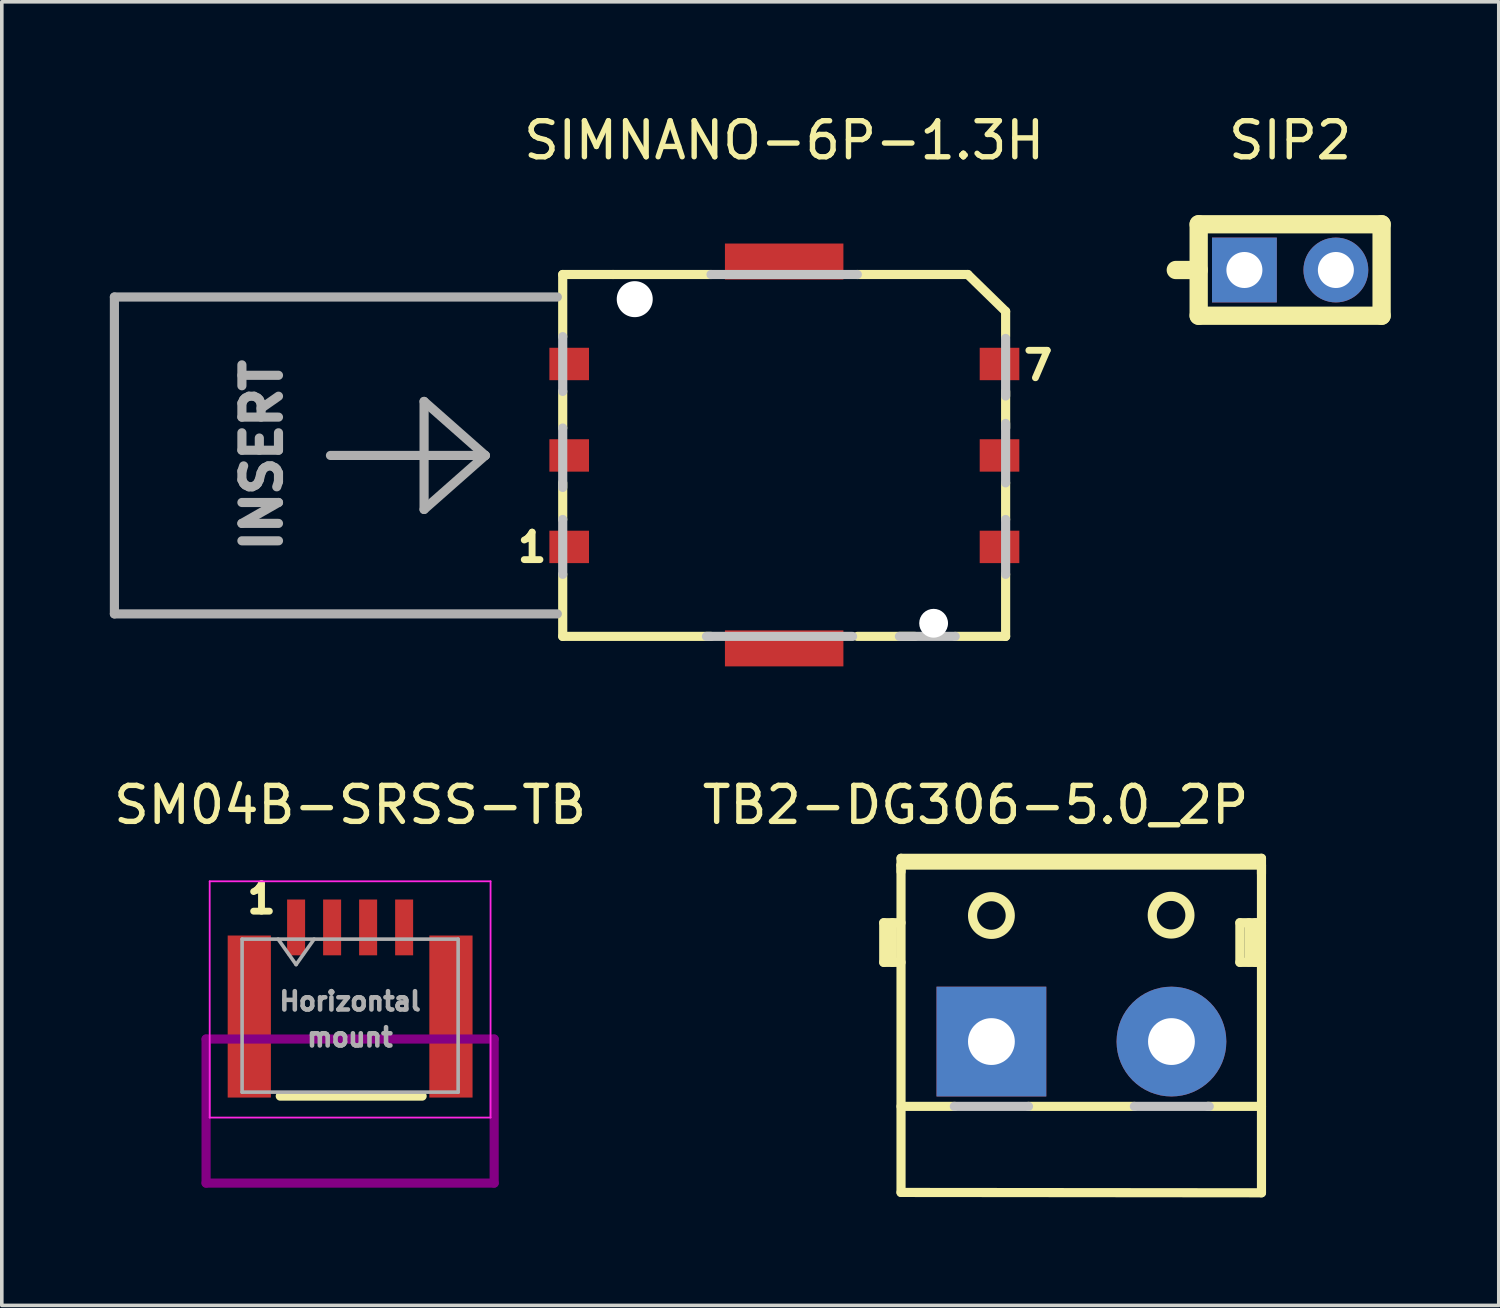
<source format=kicad_pcb>
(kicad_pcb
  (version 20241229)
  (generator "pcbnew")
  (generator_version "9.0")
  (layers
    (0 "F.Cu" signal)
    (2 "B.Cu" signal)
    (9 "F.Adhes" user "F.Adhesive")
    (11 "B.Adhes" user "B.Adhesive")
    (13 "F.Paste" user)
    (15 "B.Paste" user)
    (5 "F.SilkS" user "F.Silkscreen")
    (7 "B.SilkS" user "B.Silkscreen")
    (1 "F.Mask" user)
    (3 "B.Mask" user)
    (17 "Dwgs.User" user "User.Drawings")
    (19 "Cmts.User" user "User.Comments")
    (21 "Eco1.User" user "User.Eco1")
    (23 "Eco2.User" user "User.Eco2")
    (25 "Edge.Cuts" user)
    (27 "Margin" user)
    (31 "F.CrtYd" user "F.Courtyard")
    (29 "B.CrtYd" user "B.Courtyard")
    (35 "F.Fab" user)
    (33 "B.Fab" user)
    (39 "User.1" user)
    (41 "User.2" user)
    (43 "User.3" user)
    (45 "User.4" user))
  (footprint "SM04B-SRSS-TB"
    (layer "F.Cu")
    (at 6.673 24.805)
    (property "Reference" "SM04B-SRSS-TB" (at 0 -5.5 0) (layer "F.SilkS") (effects (font (size 1 1) (thickness 0.15))))
    (attr through_hole)
    (fp_line (start -1.94 2.585) (end 2 2.585) (stroke (width 0.254) (type solid)) (layer "F.SilkS"))
    (fp_line (start -4 1) (end -4 5) (stroke (width 0.254) (type solid)) (layer "F.Adhes"))
    (fp_line (start -4 5) (end 4 5) (stroke (width 0.254) (type solid)) (layer "F.Adhes"))
    (fp_line (start 0 1) (end -4 1) (stroke (width 0.254) (type solid)) (layer "F.Adhes"))
    (fp_line (start 4 1) (end 0 1) (stroke (width 0.254) (type solid)) (layer "F.Adhes"))
    (fp_line (start 4 5) (end 4 1) (stroke (width 0.254) (type solid)) (layer "F.Adhes"))
    (fp_line (start -3.9 -3.38) (end -3.9 3.18) (stroke (width 0.05) (type solid)) (layer "F.CrtYd"))
    (fp_line (start -3.9 3.18) (end 3.9 3.18) (stroke (width 0.05) (type solid)) (layer "F.CrtYd"))
    (fp_line (start 3.9 -3.38) (end -3.9 -3.38) (stroke (width 0.05) (type solid)) (layer "F.CrtYd"))
    (fp_line (start 3.9 3.18) (end 3.9 -3.38) (stroke (width 0.05) (type solid)) (layer "F.CrtYd"))
    (fp_line (start -3 -1.775) (end -3 2.475) (stroke (width 0.1) (type solid)) (layer "F.Fab"))
    (fp_line (start -3 -1.775) (end 3 -1.775) (stroke (width 0.1) (type solid)) (layer "F.Fab"))
    (fp_line (start -3 2.475) (end 3 2.475) (stroke (width 0.1) (type solid)) (layer "F.Fab"))
    (fp_line (start -2 -1.775) (end -1.5 -1.068) (stroke (width 0.1) (type solid)) (layer "F.Fab"))
    (fp_line (start -1.5 -1.068) (end -1 -1.775) (stroke (width 0.1) (type solid)) (layer "F.Fab"))
    (fp_line (start 3 -1.775) (end 3 2.475) (stroke (width 0.1) (type solid)) (layer "F.Fab"))
    (fp_text user "1" (at -2.461 -2.894 0) (layer "F.SilkS") (effects (font (size 0.762 0.762) (thickness 0.191))))
    (fp_text user "Horizontal" (at 0 -0.05 0) (layer "F.Fab") (effects (font (size 0.508 0.508) (thickness 0.127))))
    (fp_text user " mount" (at -0.2 0.95 0) (layer "F.Fab") (effects (font (size 0.508 0.508) (thickness 0.127))))
    (pad "0" smd rect (at -2.8 0.375) (size 1.2 4.5) (layers "F.Cu" "F.Mask" "F.Paste"))
    (pad "0" smd rect (at 2.8 0.375) (size 1.2 4.5) (layers "F.Cu" "F.Mask" "F.Paste"))
    (pad "1" smd rect (at -1.5 -2.1) (size 0.5 1.55) (layers "F.Cu" "F.Mask" "F.Paste"))
    (pad "2" smd rect (at -0.5 -2.1) (size 0.5 1.55) (layers "F.Cu" "F.Mask" "F.Paste"))
    (pad "3" smd rect (at 0.5 -2.1) (size 0.5 1.55) (layers "F.Cu" "F.Mask" "F.Paste"))
    (pad "4" smd rect (at 1.5 -2.1) (size 0.5 1.55) (layers "F.Cu" "F.Mask" "F.Paste")))
  (footprint "SIMNANO-6P-1.3H"
    (layer "F.Cu")
    (at 18.727 9.598)
    (property "Reference" "SIMNANO-6P-1.3H" (at 0 -8.75 0) (layer "F.SilkS") (effects (font (size 1 1) (thickness 0.15))))
    (attr smd)
    (fp_line (start -6.15 -3.3) (end -6.15 -5.025) (stroke (width 0.254) (type solid)) (layer "F.SilkS"))
    (fp_line (start -6.15 -0.762) (end -6.15 -1.778) (stroke (width 0.254) (type solid)) (layer "F.SilkS"))
    (fp_line (start -6.15 1.778) (end -6.15 0.762) (stroke (width 0.254) (type solid)) (layer "F.SilkS"))
    (fp_line (start -6.15 5.025) (end -6.15 3.302) (stroke (width 0.254) (type solid)) (layer "F.SilkS"))
    (fp_line (start -4.75 -5.025) (end -6.15 -5.025) (stroke (width 0.254) (type solid)) (layer "F.SilkS"))
    (fp_line (start -2.032 -5.025) (end -4.75 -5.025) (stroke (width 0.254) (type solid)) (layer "F.SilkS"))
    (fp_line (start -2.032 5.025) (end -6.15 5.025) (stroke (width 0.254) (type solid)) (layer "F.SilkS"))
    (fp_line (start 3.632 5.025) (end 2.032 5.025) (stroke (width 0.254) (type solid)) (layer "F.SilkS"))
    (fp_line (start 5.1 -5.025) (end 2.032 -5.025) (stroke (width 0.254) (type solid)) (layer "F.SilkS"))
    (fp_line (start 6.15 -4) (end 5.1 -5.025) (stroke (width 0.254) (type solid)) (layer "F.SilkS"))
    (fp_line (start 6.15 -3.3) (end 6.15 -4) (stroke (width 0.254) (type solid)) (layer "F.SilkS"))
    (fp_line (start 6.15 -0.762) (end 6.15 -1.778) (stroke (width 0.254) (type solid)) (layer "F.SilkS"))
    (fp_line (start 6.15 1.778) (end 6.15 0.762) (stroke (width 0.254) (type solid)) (layer "F.SilkS"))
    (fp_line (start 6.15 5.025) (end 4.75 5.025) (stroke (width 0.254) (type solid)) (layer "F.SilkS"))
    (fp_line (start 6.15 5.025) (end 6.15 3.302) (stroke (width 0.254) (type solid)) (layer "F.SilkS"))
    (fp_line (start -6.15 -3.3) (end -6.15 -1.778) (stroke (width 0.254) (type solid)) (layer "Dwgs.User"))
    (fp_line (start -6.15 -0.762) (end -6.15 0.889) (stroke (width 0.254) (type solid)) (layer "Dwgs.User"))
    (fp_line (start -6.15 3.302) (end -6.15 1.778) (stroke (width 0.254) (type solid)) (layer "Dwgs.User"))
    (fp_line (start -2.159 5.025) (end 1.9 5.025) (stroke (width 0.254) (type solid)) (layer "Dwgs.User"))
    (fp_line (start -2.032 -5.025) (end 2.032 -5.025) (stroke (width 0.254) (type solid)) (layer "Dwgs.User"))
    (fp_line (start 4.75 5.025) (end 3.2 5.025) (stroke (width 0.254) (type solid)) (layer "Dwgs.User"))
    (fp_line (start 6.15 -3.25) (end 6.15 -1.651) (stroke (width 0.254) (type solid)) (layer "Dwgs.User"))
    (fp_line (start 6.15 -0.889) (end 6.15 0.762) (stroke (width 0.254) (type solid)) (layer "Dwgs.User"))
    (fp_line (start 6.15 1.778) (end 6.15 3.302) (stroke (width 0.254) (type solid)) (layer "Dwgs.User"))
    (fp_line (start -18.6 -4.4) (end -18.6 4.4) (stroke (width 0.254) (type solid)) (layer "F.Fab"))
    (fp_line (start -10 -1.5) (end -10 1.5) (stroke (width 0.254) (type solid)) (layer "F.Fab"))
    (fp_line (start -10 1.5) (end -8.3 0) (stroke (width 0.254) (type solid)) (layer "F.Fab"))
    (fp_line (start -8.3 0) (end -12.6 0) (stroke (width 0.254) (type solid)) (layer "F.Fab"))
    (fp_line (start -8.3 0) (end -10 -1.5) (stroke (width 0.254) (type solid)) (layer "F.Fab"))
    (fp_line (start -6.3 -4.4) (end -18.6 -4.4) (stroke (width 0.254) (type solid)) (layer "F.Fab"))
    (fp_line (start -6.3 4.4) (end -18.6 4.4) (stroke (width 0.254) (type solid)) (layer "F.Fab"))
    (fp_text user "7" (at 7.05 -2.5 0) (layer "F.SilkS") (effects (font (size 0.762 0.762) (thickness 0.191))))
    (fp_text user "1" (at -7 2.55 0) (layer "F.SilkS") (effects (font (size 0.762 0.762) (thickness 0.191))))
    (fp_text user "INSERT" (at -14.5 0 270) (layer "F.Fab") (effects (font (size 1.016 1.016) (thickness 0.254))))
    (pad "" np_thru_hole circle (at -4.15 -4.34 270) (size 1 1) (drill 1) (layers "*.Cu" "*.Mask"))
    (pad "" np_thru_hole circle (at 4.15 4.66 270) (size 0.8 0.8) (drill 0.8) (layers "*.Cu" "*.Mask"))
    (pad "0" smd rect (at 0 -5.385 270) (size 1 3.29) (layers "F.Cu" "F.Mask" "F.Paste"))
    (pad "0" smd rect (at 0 5.358 270) (size 1 3.29) (layers "F.Cu" "F.Mask" "F.Paste"))
    (pad "1" smd rect (at -5.97 2.54 270) (size 0.9 1.1) (layers "F.Cu" "F.Mask" "F.Paste"))
    (pad "2" smd rect (at -5.97 0 270) (size 0.9 1.1) (layers "F.Cu" "F.Mask" "F.Paste"))
    (pad "3" smd rect (at -5.97 -2.54 270) (size 0.9 1.1) (layers "F.Cu" "F.Mask" "F.Paste"))
    (pad "5" smd rect (at 5.98 2.54 270) (size 0.9 1.1) (layers "F.Cu" "F.Mask" "F.Paste"))
    (pad "6" smd rect (at 5.98 0 270) (size 0.9 1.1) (layers "F.Cu" "F.Mask" "F.Paste"))
    (pad "7" smd rect (at 5.98 -2.54 270) (size 0.9 1.1) (layers "F.Cu" "F.Mask" "F.Paste")))
  (footprint "TB2-DG306-5.0_2P"
    (layer "F.Cu")
    (at 26.982 25.875)
    (property "Reference" "TB2-DG306-5.0_2P" (at -2.94 -6.57 0) (layer "F.SilkS") (effects (font (size 1 1) (thickness 0.15))))
    (attr through_hole)
    (fp_line (start -5.49 -3.3) (end -5.49 -2.2) (stroke (width 0.254) (type solid)) (layer "F.SilkS"))
    (fp_line (start -5.49 -2.2) (end -5.01 -2.2) (stroke (width 0.254) (type solid)) (layer "F.SilkS"))
    (fp_line (start -5.25 -3.3) (end -5.25 -2.2) (stroke (width 0.254) (type solid)) (layer "F.SilkS"))
    (fp_line (start -5.01 -4.9) (end -5.01 4.19) (stroke (width 0.254) (type solid)) (layer "F.SilkS"))
    (fp_line (start -5.01 -4.72) (end -5.01 -5.09) (stroke (width 0.254) (type solid)) (layer "F.SilkS"))
    (fp_line (start -5.01 -3.3) (end -5.49 -3.3) (stroke (width 0.254) (type solid)) (layer "F.SilkS"))
    (fp_line (start -5.01 1.8) (end -3.52 1.8) (stroke (width 0.254) (type solid)) (layer "F.SilkS"))
    (fp_line (start -5.01 4.19) (end 5 4.2) (stroke (width 0.254) (type solid)) (layer "F.SilkS"))
    (fp_line (start -1.47 1.8) (end 1.47 1.8) (stroke (width 0.254) (type solid)) (layer "F.SilkS"))
    (fp_line (start 4.4 -3.3) (end 4.4 -2.2) (stroke (width 0.254) (type solid)) (layer "F.SilkS"))
    (fp_line (start 4.4 -2.2) (end 5 -2.2) (stroke (width 0.254) (type solid)) (layer "F.SilkS"))
    (fp_line (start 4.65 -3.3) (end 4.65 -2.21) (stroke (width 0.254) (type solid)) (layer "F.SilkS"))
    (fp_line (start 4.83 -3.3) (end 4.83 -2.2) (stroke (width 0.254) (type solid)) (layer "F.SilkS"))
    (fp_line (start 5 -5.09) (end -5.01 -5.09) (stroke (width 0.254) (type solid)) (layer "F.SilkS"))
    (fp_line (start 5 -4.9) (end -5.01 -4.9) (stroke (width 0.254) (type solid)) (layer "F.SilkS"))
    (fp_line (start 5 -4.66) (end 5 -5.09) (stroke (width 0.254) (type solid)) (layer "F.SilkS"))
    (fp_line (start 5 -3.3) (end 4.4 -3.3) (stroke (width 0.254) (type solid)) (layer "F.SilkS"))
    (fp_line (start 5 1.8) (end 3.51 1.8) (stroke (width 0.254) (type solid)) (layer "F.SilkS"))
    (fp_line (start 5 4.2) (end 5 -4.9) (stroke (width 0.254) (type solid)) (layer "F.SilkS"))
    (fp_circle (center -2.5 -3.5) (end -1.98 -3.44) (stroke (width 0.254) (type solid)) (fill no) (layer "F.SilkS"))
    (fp_circle (center 2.49 -3.51) (end 3.01 -3.45) (stroke (width 0.254) (type solid)) (fill no) (layer "F.SilkS"))
    (fp_line (start -3.53 1.8) (end -1.47 1.8) (stroke (width 0.254) (type solid)) (layer "Dwgs.User"))
    (fp_line (start 1.47 1.8) (end 3.55 1.8) (stroke (width 0.254) (type solid)) (layer "Dwgs.User"))
    (pad "1" thru_hole rect (at -2.5 0) (size 3.048 3.048) (drill 1.3) (layers "*.Cu" "*.Mask"))
    (pad "2" thru_hole circle (at 2.5 0) (size 3.048 3.048) (drill 1.3) (layers "*.Cu" "*.Mask")))
  (footprint "SIP2"
    (layer "F.Cu")
    (at 32.778 4.448)
    (property "Reference" "SIP2" (at 0 -3.6 0) (layer "F.SilkS") (effects (font (size 1 1) (thickness 0.15))))
    (attr smd)
    (fp_line (start -3.175 0) (end -2.54 0) (stroke (width 0.508) (type solid)) (layer "F.SilkS"))
    (fp_line (start -2.54 -1.27) (end 2.54 -1.27) (stroke (width 0.508) (type solid)) (layer "F.SilkS"))
    (fp_line (start -2.54 1.27) (end -2.54 -1.27) (stroke (width 0.508) (type solid)) (layer "F.SilkS"))
    (fp_line (start 2.54 -1.27) (end 2.54 1.27) (stroke (width 0.508) (type solid)) (layer "F.SilkS"))
    (fp_line (start 2.54 1.27) (end -2.54 1.27) (stroke (width 0.508) (type solid)) (layer "F.SilkS"))
    (pad "1" thru_hole rect (at -1.27 0 90) (size 1.8 1.8) (drill 1) (layers "*.Cu" "*.Mask"))
    (pad "2" thru_hole circle (at 1.27 0 90) (size 1.8 1.8) (drill 1) (layers "*.Cu" "*.Mask")))
  (gr_rect
    (start -3 -3)
    (end 38.572 33.202)
    (stroke (width 0.1) (type default))
    (fill no)
    (layer "Edge.Cuts")))
</source>
